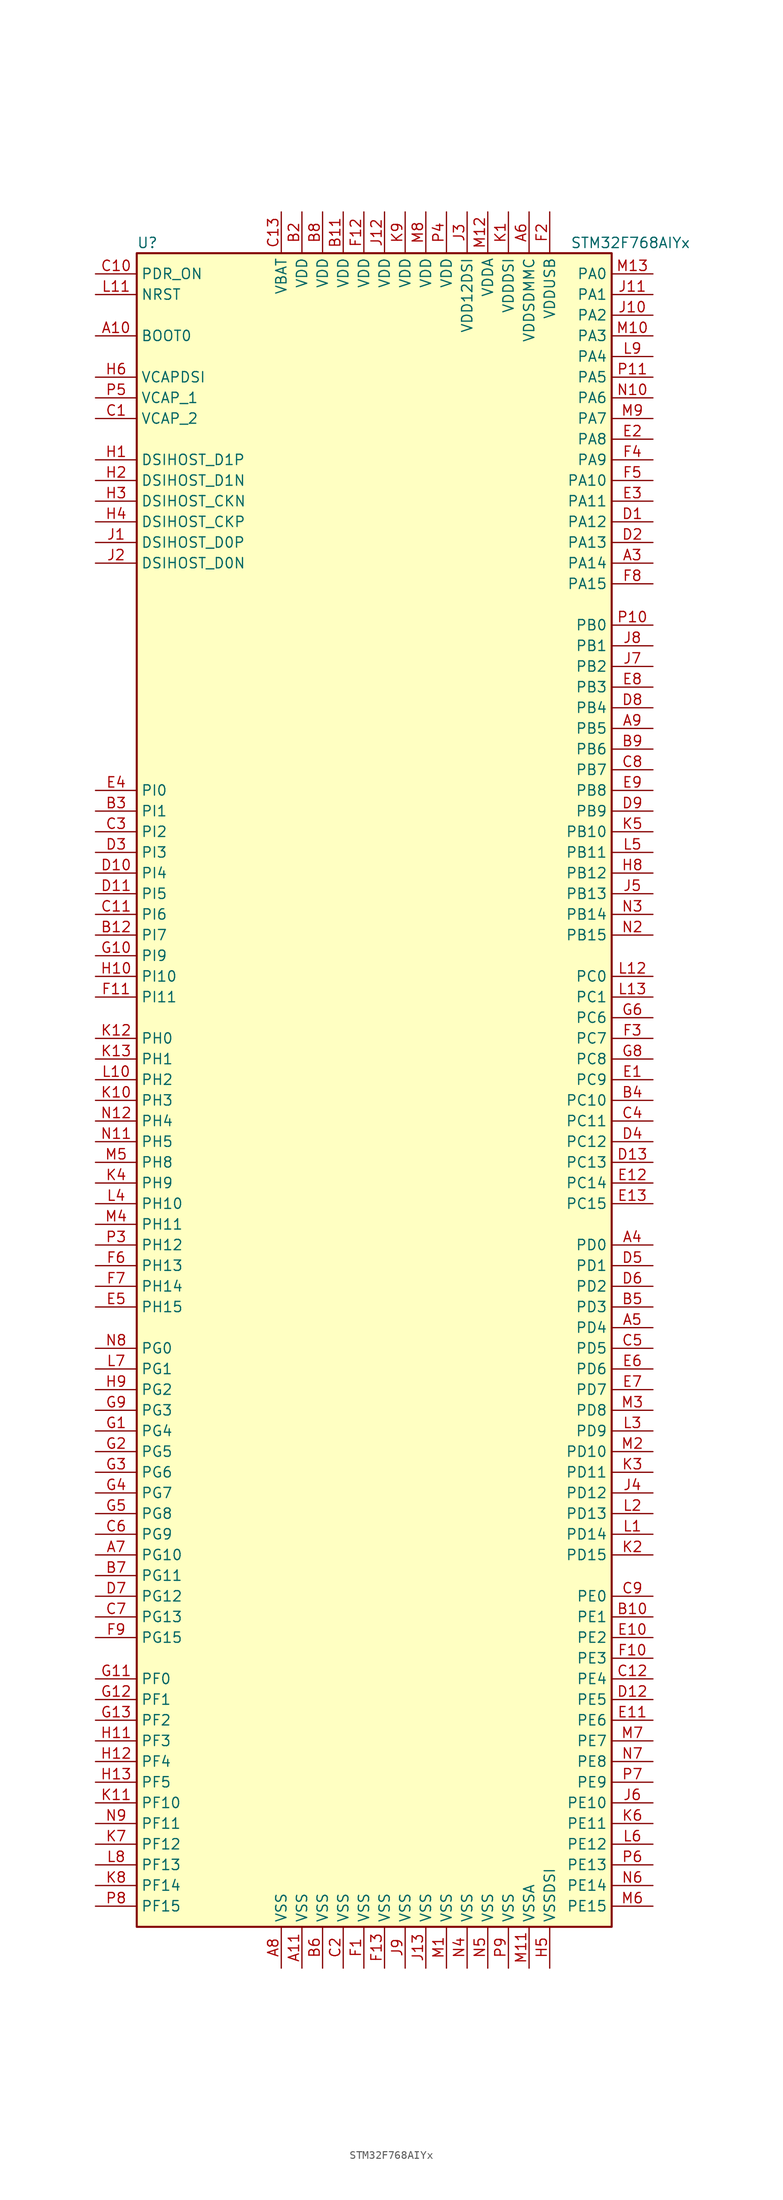
<source format=kicad_sym>
(kicad_symbol_lib
  (version 20201005)
  (generator kicad_symbol_editor)
  (symbol "MCU_ST_STM32F7:STM32F768AIYx"
    (property "Reference" "U"
      (at -30.48 102.87 0)
      (effects (font (size 1.27 1.27)) (justify left)))
    (property "Value" "STM32F768AIYx"
      (at 22.86 102.87 0)
      (effects (font (size 1.27 1.27)) (justify left)))
    (symbol "STM32F768AIYx_0_1"
      (rectangle (start -30.48 -104.14) (end 27.94 101.6) (stroke (width 0.254)) (fill (type background))))
    (symbol "STM32F768AIYx_1_1"
      (pin input line (at -35.56 91.44 0) (length 5.08) (name "BOOT0" (effects (font (size 1.27 1.27)))) (number "A10" (effects (font (size 1.27 1.27)))))
      (pin bidirectional line (at -35.56 71.12 0) (length 5.08) (name "DSIHOST_CKN" (effects (font (size 1.27 1.27)))) (number "H3" (effects (font (size 1.27 1.27)))))
      (pin bidirectional line (at -35.56 68.58 0) (length 5.08) (name "DSIHOST_CKP" (effects (font (size 1.27 1.27)))) (number "H4" (effects (font (size 1.27 1.27)))))
      (pin bidirectional line (at -35.56 63.5 0) (length 5.08) (name "DSIHOST_D0N" (effects (font (size 1.27 1.27)))) (number "J2" (effects (font (size 1.27 1.27)))))
      (pin bidirectional line (at -35.56 66.04 0) (length 5.08) (name "DSIHOST_D0P" (effects (font (size 1.27 1.27)))) (number "J1" (effects (font (size 1.27 1.27)))))
      (pin bidirectional line (at -35.56 73.66 0) (length 5.08) (name "DSIHOST_D1N" (effects (font (size 1.27 1.27)))) (number "H2" (effects (font (size 1.27 1.27)))))
      (pin bidirectional line (at -35.56 76.2 0) (length 5.08) (name "DSIHOST_D1P" (effects (font (size 1.27 1.27)))) (number "H1" (effects (font (size 1.27 1.27)))))
      (pin no_connect line (at -30.48 -101.6 0) (length 5.08) hide (name "NC" (effects (font (size 1.27 1.27)))) (number "A1" (effects (font (size 1.27 1.27)))))
      (pin no_connect line (at -30.48 -96.52 0) (length 5.08) hide (name "NC" (effects (font (size 1.27 1.27)))) (number "A12" (effects (font (size 1.27 1.27)))))
      (pin no_connect line (at -30.48 -93.98 0) (length 5.08) hide (name "NC" (effects (font (size 1.27 1.27)))) (number "A13" (effects (font (size 1.27 1.27)))))
      (pin no_connect line (at -30.48 -99.06 0) (length 5.08) hide (name "NC" (effects (font (size 1.27 1.27)))) (number "A2" (effects (font (size 1.27 1.27)))))
      (pin no_connect line (at -30.48 -91.44 0) (length 5.08) hide (name "NC" (effects (font (size 1.27 1.27)))) (number "B1" (effects (font (size 1.27 1.27)))))
      (pin no_connect line (at -30.48 -88.9 0) (length 5.08) hide (name "NC" (effects (font (size 1.27 1.27)))) (number "B13" (effects (font (size 1.27 1.27)))))
      (pin no_connect line (at -30.48 -86.36 0) (length 5.08) hide (name "NC" (effects (font (size 1.27 1.27)))) (number "N1" (effects (font (size 1.27 1.27)))))
      (pin no_connect line (at -30.48 -83.82 0) (length 5.08) hide (name "NC" (effects (font (size 1.27 1.27)))) (number "N13" (effects (font (size 1.27 1.27)))))
      (pin no_connect line (at -30.48 -81.28 0) (length 5.08) hide (name "NC" (effects (font (size 1.27 1.27)))) (number "P1" (effects (font (size 1.27 1.27)))))
      (pin no_connect line (at -30.48 -76.2 0) (length 5.08) hide (name "NC" (effects (font (size 1.27 1.27)))) (number "P12" (effects (font (size 1.27 1.27)))))
      (pin no_connect line (at -30.48 -73.66 0) (length 5.08) hide (name "NC" (effects (font (size 1.27 1.27)))) (number "P13" (effects (font (size 1.27 1.27)))))
      (pin no_connect line (at -30.48 -78.74 0) (length 5.08) hide (name "NC" (effects (font (size 1.27 1.27)))) (number "P2" (effects (font (size 1.27 1.27)))))
      (pin input line (at -35.56 96.52 0) (length 5.08) (name "NRST" (effects (font (size 1.27 1.27)))) (number "L11" (effects (font (size 1.27 1.27)))))
      (pin bidirectional line (at 33.02 99.06 180) (length 5.08) (name "PA0" (effects (font (size 1.27 1.27)))) (number "M13" (effects (font (size 1.27 1.27)))))
      (pin bidirectional line (at 33.02 96.52 180) (length 5.08) (name "PA1" (effects (font (size 1.27 1.27)))) (number "J11" (effects (font (size 1.27 1.27)))))
      (pin bidirectional line (at 33.02 73.66 180) (length 5.08) (name "PA10" (effects (font (size 1.27 1.27)))) (number "F5" (effects (font (size 1.27 1.27)))))
      (pin bidirectional line (at 33.02 71.12 180) (length 5.08) (name "PA11" (effects (font (size 1.27 1.27)))) (number "E3" (effects (font (size 1.27 1.27)))))
      (pin bidirectional line (at 33.02 68.58 180) (length 5.08) (name "PA12" (effects (font (size 1.27 1.27)))) (number "D1" (effects (font (size 1.27 1.27)))))
      (pin bidirectional line (at 33.02 66.04 180) (length 5.08) (name "PA13" (effects (font (size 1.27 1.27)))) (number "D2" (effects (font (size 1.27 1.27)))))
      (pin bidirectional line (at 33.02 63.5 180) (length 5.08) (name "PA14" (effects (font (size 1.27 1.27)))) (number "A3" (effects (font (size 1.27 1.27)))))
      (pin bidirectional line (at 33.02 60.96 180) (length 5.08) (name "PA15" (effects (font (size 1.27 1.27)))) (number "F8" (effects (font (size 1.27 1.27)))))
      (pin bidirectional line (at 33.02 93.98 180) (length 5.08) (name "PA2" (effects (font (size 1.27 1.27)))) (number "J10" (effects (font (size 1.27 1.27)))))
      (pin bidirectional line (at 33.02 91.44 180) (length 5.08) (name "PA3" (effects (font (size 1.27 1.27)))) (number "M10" (effects (font (size 1.27 1.27)))))
      (pin bidirectional line (at 33.02 88.9 180) (length 5.08) (name "PA4" (effects (font (size 1.27 1.27)))) (number "L9" (effects (font (size 1.27 1.27)))))
      (pin bidirectional line (at 33.02 86.36 180) (length 5.08) (name "PA5" (effects (font (size 1.27 1.27)))) (number "P11" (effects (font (size 1.27 1.27)))))
      (pin bidirectional line (at 33.02 83.82 180) (length 5.08) (name "PA6" (effects (font (size 1.27 1.27)))) (number "N10" (effects (font (size 1.27 1.27)))))
      (pin bidirectional line (at 33.02 81.28 180) (length 5.08) (name "PA7" (effects (font (size 1.27 1.27)))) (number "M9" (effects (font (size 1.27 1.27)))))
      (pin bidirectional line (at 33.02 78.74 180) (length 5.08) (name "PA8" (effects (font (size 1.27 1.27)))) (number "E2" (effects (font (size 1.27 1.27)))))
      (pin bidirectional line (at 33.02 76.2 180) (length 5.08) (name "PA9" (effects (font (size 1.27 1.27)))) (number "F4" (effects (font (size 1.27 1.27)))))
      (pin bidirectional line (at 33.02 55.88 180) (length 5.08) (name "PB0" (effects (font (size 1.27 1.27)))) (number "P10" (effects (font (size 1.27 1.27)))))
      (pin bidirectional line (at 33.02 53.34 180) (length 5.08) (name "PB1" (effects (font (size 1.27 1.27)))) (number "J8" (effects (font (size 1.27 1.27)))))
      (pin bidirectional line (at 33.02 30.48 180) (length 5.08) (name "PB10" (effects (font (size 1.27 1.27)))) (number "K5" (effects (font (size 1.27 1.27)))))
      (pin bidirectional line (at 33.02 27.94 180) (length 5.08) (name "PB11" (effects (font (size 1.27 1.27)))) (number "L5" (effects (font (size 1.27 1.27)))))
      (pin bidirectional line (at 33.02 25.4 180) (length 5.08) (name "PB12" (effects (font (size 1.27 1.27)))) (number "H8" (effects (font (size 1.27 1.27)))))
      (pin bidirectional line (at 33.02 22.86 180) (length 5.08) (name "PB13" (effects (font (size 1.27 1.27)))) (number "J5" (effects (font (size 1.27 1.27)))))
      (pin bidirectional line (at 33.02 20.32 180) (length 5.08) (name "PB14" (effects (font (size 1.27 1.27)))) (number "N3" (effects (font (size 1.27 1.27)))))
      (pin bidirectional line (at 33.02 17.78 180) (length 5.08) (name "PB15" (effects (font (size 1.27 1.27)))) (number "N2" (effects (font (size 1.27 1.27)))))
      (pin bidirectional line (at 33.02 50.8 180) (length 5.08) (name "PB2" (effects (font (size 1.27 1.27)))) (number "J7" (effects (font (size 1.27 1.27)))))
      (pin bidirectional line (at 33.02 48.26 180) (length 5.08) (name "PB3" (effects (font (size 1.27 1.27)))) (number "E8" (effects (font (size 1.27 1.27)))))
      (pin bidirectional line (at 33.02 45.72 180) (length 5.08) (name "PB4" (effects (font (size 1.27 1.27)))) (number "D8" (effects (font (size 1.27 1.27)))))
      (pin bidirectional line (at 33.02 43.18 180) (length 5.08) (name "PB5" (effects (font (size 1.27 1.27)))) (number "A9" (effects (font (size 1.27 1.27)))))
      (pin bidirectional line (at 33.02 40.64 180) (length 5.08) (name "PB6" (effects (font (size 1.27 1.27)))) (number "B9" (effects (font (size 1.27 1.27)))))
      (pin bidirectional line (at 33.02 38.1 180) (length 5.08) (name "PB7" (effects (font (size 1.27 1.27)))) (number "C8" (effects (font (size 1.27 1.27)))))
      (pin bidirectional line (at 33.02 35.56 180) (length 5.08) (name "PB8" (effects (font (size 1.27 1.27)))) (number "E9" (effects (font (size 1.27 1.27)))))
      (pin bidirectional line (at 33.02 33.02 180) (length 5.08) (name "PB9" (effects (font (size 1.27 1.27)))) (number "D9" (effects (font (size 1.27 1.27)))))
      (pin bidirectional line (at 33.02 12.7 180) (length 5.08) (name "PC0" (effects (font (size 1.27 1.27)))) (number "L12" (effects (font (size 1.27 1.27)))))
      (pin bidirectional line (at 33.02 10.16 180) (length 5.08) (name "PC1" (effects (font (size 1.27 1.27)))) (number "L13" (effects (font (size 1.27 1.27)))))
      (pin bidirectional line (at 33.02 -2.54 180) (length 5.08) (name "PC10" (effects (font (size 1.27 1.27)))) (number "B4" (effects (font (size 1.27 1.27)))))
      (pin bidirectional line (at 33.02 -5.08 180) (length 5.08) (name "PC11" (effects (font (size 1.27 1.27)))) (number "C4" (effects (font (size 1.27 1.27)))))
      (pin bidirectional line (at 33.02 -7.62 180) (length 5.08) (name "PC12" (effects (font (size 1.27 1.27)))) (number "D4" (effects (font (size 1.27 1.27)))))
      (pin bidirectional line (at 33.02 -10.16 180) (length 5.08) (name "PC13" (effects (font (size 1.27 1.27)))) (number "D13" (effects (font (size 1.27 1.27)))))
      (pin bidirectional line (at 33.02 -12.7 180) (length 5.08) (name "PC14" (effects (font (size 1.27 1.27)))) (number "E12" (effects (font (size 1.27 1.27)))))
      (pin bidirectional line (at 33.02 -15.24 180) (length 5.08) (name "PC15" (effects (font (size 1.27 1.27)))) (number "E13" (effects (font (size 1.27 1.27)))))
      (pin bidirectional line (at 33.02 7.62 180) (length 5.08) (name "PC6" (effects (font (size 1.27 1.27)))) (number "G6" (effects (font (size 1.27 1.27)))))
      (pin bidirectional line (at 33.02 5.08 180) (length 5.08) (name "PC7" (effects (font (size 1.27 1.27)))) (number "F3" (effects (font (size 1.27 1.27)))))
      (pin bidirectional line (at 33.02 2.54 180) (length 5.08) (name "PC8" (effects (font (size 1.27 1.27)))) (number "G8" (effects (font (size 1.27 1.27)))))
      (pin bidirectional line (at 33.02 0 180) (length 5.08) (name "PC9" (effects (font (size 1.27 1.27)))) (number "E1" (effects (font (size 1.27 1.27)))))
      (pin bidirectional line (at 33.02 -20.32 180) (length 5.08) (name "PD0" (effects (font (size 1.27 1.27)))) (number "A4" (effects (font (size 1.27 1.27)))))
      (pin bidirectional line (at 33.02 -22.86 180) (length 5.08) (name "PD1" (effects (font (size 1.27 1.27)))) (number "D5" (effects (font (size 1.27 1.27)))))
      (pin bidirectional line (at 33.02 -45.72 180) (length 5.08) (name "PD10" (effects (font (size 1.27 1.27)))) (number "M2" (effects (font (size 1.27 1.27)))))
      (pin bidirectional line (at 33.02 -48.26 180) (length 5.08) (name "PD11" (effects (font (size 1.27 1.27)))) (number "K3" (effects (font (size 1.27 1.27)))))
      (pin bidirectional line (at 33.02 -50.8 180) (length 5.08) (name "PD12" (effects (font (size 1.27 1.27)))) (number "J4" (effects (font (size 1.27 1.27)))))
      (pin bidirectional line (at 33.02 -53.34 180) (length 5.08) (name "PD13" (effects (font (size 1.27 1.27)))) (number "L2" (effects (font (size 1.27 1.27)))))
      (pin bidirectional line (at 33.02 -55.88 180) (length 5.08) (name "PD14" (effects (font (size 1.27 1.27)))) (number "L1" (effects (font (size 1.27 1.27)))))
      (pin bidirectional line (at 33.02 -58.42 180) (length 5.08) (name "PD15" (effects (font (size 1.27 1.27)))) (number "K2" (effects (font (size 1.27 1.27)))))
      (pin bidirectional line (at 33.02 -25.4 180) (length 5.08) (name "PD2" (effects (font (size 1.27 1.27)))) (number "D6" (effects (font (size 1.27 1.27)))))
      (pin bidirectional line (at 33.02 -27.94 180) (length 5.08) (name "PD3" (effects (font (size 1.27 1.27)))) (number "B5" (effects (font (size 1.27 1.27)))))
      (pin bidirectional line (at 33.02 -30.48 180) (length 5.08) (name "PD4" (effects (font (size 1.27 1.27)))) (number "A5" (effects (font (size 1.27 1.27)))))
      (pin bidirectional line (at 33.02 -33.02 180) (length 5.08) (name "PD5" (effects (font (size 1.27 1.27)))) (number "C5" (effects (font (size 1.27 1.27)))))
      (pin bidirectional line (at 33.02 -35.56 180) (length 5.08) (name "PD6" (effects (font (size 1.27 1.27)))) (number "E6" (effects (font (size 1.27 1.27)))))
      (pin bidirectional line (at 33.02 -38.1 180) (length 5.08) (name "PD7" (effects (font (size 1.27 1.27)))) (number "E7" (effects (font (size 1.27 1.27)))))
      (pin bidirectional line (at 33.02 -40.64 180) (length 5.08) (name "PD8" (effects (font (size 1.27 1.27)))) (number "M3" (effects (font (size 1.27 1.27)))))
      (pin bidirectional line (at 33.02 -43.18 180) (length 5.08) (name "PD9" (effects (font (size 1.27 1.27)))) (number "L3" (effects (font (size 1.27 1.27)))))
      (pin input line (at -35.56 99.06 0) (length 5.08) (name "PDR_ON" (effects (font (size 1.27 1.27)))) (number "C10" (effects (font (size 1.27 1.27)))))
      (pin bidirectional line (at 33.02 -63.5 180) (length 5.08) (name "PE0" (effects (font (size 1.27 1.27)))) (number "C9" (effects (font (size 1.27 1.27)))))
      (pin bidirectional line (at 33.02 -66.04 180) (length 5.08) (name "PE1" (effects (font (size 1.27 1.27)))) (number "B10" (effects (font (size 1.27 1.27)))))
      (pin bidirectional line (at 33.02 -88.9 180) (length 5.08) (name "PE10" (effects (font (size 1.27 1.27)))) (number "J6" (effects (font (size 1.27 1.27)))))
      (pin bidirectional line (at 33.02 -91.44 180) (length 5.08) (name "PE11" (effects (font (size 1.27 1.27)))) (number "K6" (effects (font (size 1.27 1.27)))))
      (pin bidirectional line (at 33.02 -93.98 180) (length 5.08) (name "PE12" (effects (font (size 1.27 1.27)))) (number "L6" (effects (font (size 1.27 1.27)))))
      (pin bidirectional line (at 33.02 -96.52 180) (length 5.08) (name "PE13" (effects (font (size 1.27 1.27)))) (number "P6" (effects (font (size 1.27 1.27)))))
      (pin bidirectional line (at 33.02 -99.06 180) (length 5.08) (name "PE14" (effects (font (size 1.27 1.27)))) (number "N6" (effects (font (size 1.27 1.27)))))
      (pin bidirectional line (at 33.02 -101.6 180) (length 5.08) (name "PE15" (effects (font (size 1.27 1.27)))) (number "M6" (effects (font (size 1.27 1.27)))))
      (pin bidirectional line (at 33.02 -68.58 180) (length 5.08) (name "PE2" (effects (font (size 1.27 1.27)))) (number "E10" (effects (font (size 1.27 1.27)))))
      (pin bidirectional line (at 33.02 -71.12 180) (length 5.08) (name "PE3" (effects (font (size 1.27 1.27)))) (number "F10" (effects (font (size 1.27 1.27)))))
      (pin bidirectional line (at 33.02 -73.66 180) (length 5.08) (name "PE4" (effects (font (size 1.27 1.27)))) (number "C12" (effects (font (size 1.27 1.27)))))
      (pin bidirectional line (at 33.02 -76.2 180) (length 5.08) (name "PE5" (effects (font (size 1.27 1.27)))) (number "D12" (effects (font (size 1.27 1.27)))))
      (pin bidirectional line (at 33.02 -78.74 180) (length 5.08) (name "PE6" (effects (font (size 1.27 1.27)))) (number "E11" (effects (font (size 1.27 1.27)))))
      (pin bidirectional line (at 33.02 -81.28 180) (length 5.08) (name "PE7" (effects (font (size 1.27 1.27)))) (number "M7" (effects (font (size 1.27 1.27)))))
      (pin bidirectional line (at 33.02 -83.82 180) (length 5.08) (name "PE8" (effects (font (size 1.27 1.27)))) (number "N7" (effects (font (size 1.27 1.27)))))
      (pin bidirectional line (at 33.02 -86.36 180) (length 5.08) (name "PE9" (effects (font (size 1.27 1.27)))) (number "P7" (effects (font (size 1.27 1.27)))))
      (pin bidirectional line (at -35.56 -73.66 0) (length 5.08) (name "PF0" (effects (font (size 1.27 1.27)))) (number "G11" (effects (font (size 1.27 1.27)))))
      (pin bidirectional line (at -35.56 -76.2 0) (length 5.08) (name "PF1" (effects (font (size 1.27 1.27)))) (number "G12" (effects (font (size 1.27 1.27)))))
      (pin bidirectional line (at -35.56 -88.9 0) (length 5.08) (name "PF10" (effects (font (size 1.27 1.27)))) (number "K11" (effects (font (size 1.27 1.27)))))
      (pin bidirectional line (at -35.56 -91.44 0) (length 5.08) (name "PF11" (effects (font (size 1.27 1.27)))) (number "N9" (effects (font (size 1.27 1.27)))))
      (pin bidirectional line (at -35.56 -93.98 0) (length 5.08) (name "PF12" (effects (font (size 1.27 1.27)))) (number "K7" (effects (font (size 1.27 1.27)))))
      (pin bidirectional line (at -35.56 -96.52 0) (length 5.08) (name "PF13" (effects (font (size 1.27 1.27)))) (number "L8" (effects (font (size 1.27 1.27)))))
      (pin bidirectional line (at -35.56 -99.06 0) (length 5.08) (name "PF14" (effects (font (size 1.27 1.27)))) (number "K8" (effects (font (size 1.27 1.27)))))
      (pin bidirectional line (at -35.56 -101.6 0) (length 5.08) (name "PF15" (effects (font (size 1.27 1.27)))) (number "P8" (effects (font (size 1.27 1.27)))))
      (pin bidirectional line (at -35.56 -78.74 0) (length 5.08) (name "PF2" (effects (font (size 1.27 1.27)))) (number "G13" (effects (font (size 1.27 1.27)))))
      (pin bidirectional line (at -35.56 -81.28 0) (length 5.08) (name "PF3" (effects (font (size 1.27 1.27)))) (number "H11" (effects (font (size 1.27 1.27)))))
      (pin bidirectional line (at -35.56 -83.82 0) (length 5.08) (name "PF4" (effects (font (size 1.27 1.27)))) (number "H12" (effects (font (size 1.27 1.27)))))
      (pin bidirectional line (at -35.56 -86.36 0) (length 5.08) (name "PF5" (effects (font (size 1.27 1.27)))) (number "H13" (effects (font (size 1.27 1.27)))))
      (pin bidirectional line (at -35.56 -33.02 0) (length 5.08) (name "PG0" (effects (font (size 1.27 1.27)))) (number "N8" (effects (font (size 1.27 1.27)))))
      (pin bidirectional line (at -35.56 -35.56 0) (length 5.08) (name "PG1" (effects (font (size 1.27 1.27)))) (number "L7" (effects (font (size 1.27 1.27)))))
      (pin bidirectional line (at -35.56 -58.42 0) (length 5.08) (name "PG10" (effects (font (size 1.27 1.27)))) (number "A7" (effects (font (size 1.27 1.27)))))
      (pin bidirectional line (at -35.56 -60.96 0) (length 5.08) (name "PG11" (effects (font (size 1.27 1.27)))) (number "B7" (effects (font (size 1.27 1.27)))))
      (pin bidirectional line (at -35.56 -63.5 0) (length 5.08) (name "PG12" (effects (font (size 1.27 1.27)))) (number "D7" (effects (font (size 1.27 1.27)))))
      (pin bidirectional line (at -35.56 -66.04 0) (length 5.08) (name "PG13" (effects (font (size 1.27 1.27)))) (number "C7" (effects (font (size 1.27 1.27)))))
      (pin bidirectional line (at -35.56 -68.58 0) (length 5.08) (name "PG15" (effects (font (size 1.27 1.27)))) (number "F9" (effects (font (size 1.27 1.27)))))
      (pin bidirectional line (at -35.56 -38.1 0) (length 5.08) (name "PG2" (effects (font (size 1.27 1.27)))) (number "H9" (effects (font (size 1.27 1.27)))))
      (pin bidirectional line (at -35.56 -40.64 0) (length 5.08) (name "PG3" (effects (font (size 1.27 1.27)))) (number "G9" (effects (font (size 1.27 1.27)))))
      (pin bidirectional line (at -35.56 -43.18 0) (length 5.08) (name "PG4" (effects (font (size 1.27 1.27)))) (number "G1" (effects (font (size 1.27 1.27)))))
      (pin bidirectional line (at -35.56 -45.72 0) (length 5.08) (name "PG5" (effects (font (size 1.27 1.27)))) (number "G2" (effects (font (size 1.27 1.27)))))
      (pin bidirectional line (at -35.56 -48.26 0) (length 5.08) (name "PG6" (effects (font (size 1.27 1.27)))) (number "G3" (effects (font (size 1.27 1.27)))))
      (pin bidirectional line (at -35.56 -50.8 0) (length 5.08) (name "PG7" (effects (font (size 1.27 1.27)))) (number "G4" (effects (font (size 1.27 1.27)))))
      (pin bidirectional line (at -35.56 -53.34 0) (length 5.08) (name "PG8" (effects (font (size 1.27 1.27)))) (number "G5" (effects (font (size 1.27 1.27)))))
      (pin bidirectional line (at -35.56 -55.88 0) (length 5.08) (name "PG9" (effects (font (size 1.27 1.27)))) (number "C6" (effects (font (size 1.27 1.27)))))
      (pin input line (at -35.56 5.08 0) (length 5.08) (name "PH0" (effects (font (size 1.27 1.27)))) (number "K12" (effects (font (size 1.27 1.27)))))
      (pin input line (at -35.56 2.54 0) (length 5.08) (name "PH1" (effects (font (size 1.27 1.27)))) (number "K13" (effects (font (size 1.27 1.27)))))
      (pin bidirectional line (at -35.56 -15.24 0) (length 5.08) (name "PH10" (effects (font (size 1.27 1.27)))) (number "L4" (effects (font (size 1.27 1.27)))))
      (pin bidirectional line (at -35.56 -17.78 0) (length 5.08) (name "PH11" (effects (font (size 1.27 1.27)))) (number "M4" (effects (font (size 1.27 1.27)))))
      (pin bidirectional line (at -35.56 -20.32 0) (length 5.08) (name "PH12" (effects (font (size 1.27 1.27)))) (number "P3" (effects (font (size 1.27 1.27)))))
      (pin bidirectional line (at -35.56 -22.86 0) (length 5.08) (name "PH13" (effects (font (size 1.27 1.27)))) (number "F6" (effects (font (size 1.27 1.27)))))
      (pin bidirectional line (at -35.56 -25.4 0) (length 5.08) (name "PH14" (effects (font (size 1.27 1.27)))) (number "F7" (effects (font (size 1.27 1.27)))))
      (pin bidirectional line (at -35.56 -27.94 0) (length 5.08) (name "PH15" (effects (font (size 1.27 1.27)))) (number "E5" (effects (font (size 1.27 1.27)))))
      (pin bidirectional line (at -35.56 0 0) (length 5.08) (name "PH2" (effects (font (size 1.27 1.27)))) (number "L10" (effects (font (size 1.27 1.27)))))
      (pin bidirectional line (at -35.56 -2.54 0) (length 5.08) (name "PH3" (effects (font (size 1.27 1.27)))) (number "K10" (effects (font (size 1.27 1.27)))))
      (pin bidirectional line (at -35.56 -5.08 0) (length 5.08) (name "PH4" (effects (font (size 1.27 1.27)))) (number "N12" (effects (font (size 1.27 1.27)))))
      (pin bidirectional line (at -35.56 -7.62 0) (length 5.08) (name "PH5" (effects (font (size 1.27 1.27)))) (number "N11" (effects (font (size 1.27 1.27)))))
      (pin bidirectional line (at -35.56 -10.16 0) (length 5.08) (name "PH8" (effects (font (size 1.27 1.27)))) (number "M5" (effects (font (size 1.27 1.27)))))
      (pin bidirectional line (at -35.56 -12.7 0) (length 5.08) (name "PH9" (effects (font (size 1.27 1.27)))) (number "K4" (effects (font (size 1.27 1.27)))))
      (pin bidirectional line (at -35.56 35.56 0) (length 5.08) (name "PI0" (effects (font (size 1.27 1.27)))) (number "E4" (effects (font (size 1.27 1.27)))))
      (pin bidirectional line (at -35.56 33.02 0) (length 5.08) (name "PI1" (effects (font (size 1.27 1.27)))) (number "B3" (effects (font (size 1.27 1.27)))))
      (pin bidirectional line (at -35.56 12.7 0) (length 5.08) (name "PI10" (effects (font (size 1.27 1.27)))) (number "H10" (effects (font (size 1.27 1.27)))))
      (pin bidirectional line (at -35.56 10.16 0) (length 5.08) (name "PI11" (effects (font (size 1.27 1.27)))) (number "F11" (effects (font (size 1.27 1.27)))))
      (pin bidirectional line (at -35.56 30.48 0) (length 5.08) (name "PI2" (effects (font (size 1.27 1.27)))) (number "C3" (effects (font (size 1.27 1.27)))))
      (pin bidirectional line (at -35.56 27.94 0) (length 5.08) (name "PI3" (effects (font (size 1.27 1.27)))) (number "D3" (effects (font (size 1.27 1.27)))))
      (pin bidirectional line (at -35.56 25.4 0) (length 5.08) (name "PI4" (effects (font (size 1.27 1.27)))) (number "D10" (effects (font (size 1.27 1.27)))))
      (pin bidirectional line (at -35.56 22.86 0) (length 5.08) (name "PI5" (effects (font (size 1.27 1.27)))) (number "D11" (effects (font (size 1.27 1.27)))))
      (pin bidirectional line (at -35.56 20.32 0) (length 5.08) (name "PI6" (effects (font (size 1.27 1.27)))) (number "C11" (effects (font (size 1.27 1.27)))))
      (pin bidirectional line (at -35.56 17.78 0) (length 5.08) (name "PI7" (effects (font (size 1.27 1.27)))) (number "B12" (effects (font (size 1.27 1.27)))))
      (pin bidirectional line (at -35.56 15.24 0) (length 5.08) (name "PI9" (effects (font (size 1.27 1.27)))) (number "G10" (effects (font (size 1.27 1.27)))))
      (pin power_in line (at -12.7 106.68 270) (length 5.08) (name "VBAT" (effects (font (size 1.27 1.27)))) (number "C13" (effects (font (size 1.27 1.27)))))
      (pin power_in line (at -35.56 86.36 0) (length 5.08) (name "VCAPDSI" (effects (font (size 1.27 1.27)))) (number "H6" (effects (font (size 1.27 1.27)))))
      (pin power_in line (at -35.56 83.82 0) (length 5.08) (name "VCAP_1" (effects (font (size 1.27 1.27)))) (number "P5" (effects (font (size 1.27 1.27)))))
      (pin power_in line (at -35.56 81.28 0) (length 5.08) (name "VCAP_2" (effects (font (size 1.27 1.27)))) (number "C1" (effects (font (size 1.27 1.27)))))
      (pin power_in line (at -5.08 106.68 270) (length 5.08) (name "VDD" (effects (font (size 1.27 1.27)))) (number "B11" (effects (font (size 1.27 1.27)))))
      (pin power_in line (at -10.16 106.68 270) (length 5.08) (name "VDD" (effects (font (size 1.27 1.27)))) (number "B2" (effects (font (size 1.27 1.27)))))
      (pin power_in line (at -7.62 106.68 270) (length 5.08) (name "VDD" (effects (font (size 1.27 1.27)))) (number "B8" (effects (font (size 1.27 1.27)))))
      (pin power_in line (at -2.54 106.68 270) (length 5.08) (name "VDD" (effects (font (size 1.27 1.27)))) (number "F12" (effects (font (size 1.27 1.27)))))
      (pin power_in line (at 0 106.68 270) (length 5.08) (name "VDD" (effects (font (size 1.27 1.27)))) (number "J12" (effects (font (size 1.27 1.27)))))
      (pin power_in line (at 2.54 106.68 270) (length 5.08) (name "VDD" (effects (font (size 1.27 1.27)))) (number "K9" (effects (font (size 1.27 1.27)))))
      (pin power_in line (at 5.08 106.68 270) (length 5.08) (name "VDD" (effects (font (size 1.27 1.27)))) (number "M8" (effects (font (size 1.27 1.27)))))
      (pin power_in line (at 7.62 106.68 270) (length 5.08) (name "VDD" (effects (font (size 1.27 1.27)))) (number "P4" (effects (font (size 1.27 1.27)))))
      (pin power_in line (at 10.16 106.68 270) (length 5.08) (name "VDD12DSI" (effects (font (size 1.27 1.27)))) (number "J3" (effects (font (size 1.27 1.27)))))
      (pin power_in line (at 12.7 106.68 270) (length 5.08) (name "VDDA" (effects (font (size 1.27 1.27)))) (number "M12" (effects (font (size 1.27 1.27)))))
      (pin power_in line (at 15.24 106.68 270) (length 5.08) (name "VDDDSI" (effects (font (size 1.27 1.27)))) (number "K1" (effects (font (size 1.27 1.27)))))
      (pin power_in line (at 17.78 106.68 270) (length 5.08) (name "VDDSDMMC" (effects (font (size 1.27 1.27)))) (number "A6" (effects (font (size 1.27 1.27)))))
      (pin power_in line (at 20.32 106.68 270) (length 5.08) (name "VDDUSB" (effects (font (size 1.27 1.27)))) (number "F2" (effects (font (size 1.27 1.27)))))
      (pin power_in line (at -10.16 -109.22 90) (length 5.08) (name "VSS" (effects (font (size 1.27 1.27)))) (number "A11" (effects (font (size 1.27 1.27)))))
      (pin power_in line (at -12.7 -109.22 90) (length 5.08) (name "VSS" (effects (font (size 1.27 1.27)))) (number "A8" (effects (font (size 1.27 1.27)))))
      (pin power_in line (at -7.62 -109.22 90) (length 5.08) (name "VSS" (effects (font (size 1.27 1.27)))) (number "B6" (effects (font (size 1.27 1.27)))))
      (pin power_in line (at -5.08 -109.22 90) (length 5.08) (name "VSS" (effects (font (size 1.27 1.27)))) (number "C2" (effects (font (size 1.27 1.27)))))
      (pin power_in line (at -2.54 -109.22 90) (length 5.08) (name "VSS" (effects (font (size 1.27 1.27)))) (number "F1" (effects (font (size 1.27 1.27)))))
      (pin power_in line (at 0 -109.22 90) (length 5.08) (name "VSS" (effects (font (size 1.27 1.27)))) (number "F13" (effects (font (size 1.27 1.27)))))
      (pin power_in line (at 5.08 -109.22 90) (length 5.08) (name "VSS" (effects (font (size 1.27 1.27)))) (number "J13" (effects (font (size 1.27 1.27)))))
      (pin power_in line (at 2.54 -109.22 90) (length 5.08) (name "VSS" (effects (font (size 1.27 1.27)))) (number "J9" (effects (font (size 1.27 1.27)))))
      (pin power_in line (at 7.62 -109.22 90) (length 5.08) (name "VSS" (effects (font (size 1.27 1.27)))) (number "M1" (effects (font (size 1.27 1.27)))))
      (pin power_in line (at 10.16 -109.22 90) (length 5.08) (name "VSS" (effects (font (size 1.27 1.27)))) (number "N4" (effects (font (size 1.27 1.27)))))
      (pin power_in line (at 12.7 -109.22 90) (length 5.08) (name "VSS" (effects (font (size 1.27 1.27)))) (number "N5" (effects (font (size 1.27 1.27)))))
      (pin power_in line (at 15.24 -109.22 90) (length 5.08) (name "VSS" (effects (font (size 1.27 1.27)))) (number "P9" (effects (font (size 1.27 1.27)))))
      (pin power_in line (at 17.78 -109.22 90) (length 5.08) (name "VSSA" (effects (font (size 1.27 1.27)))) (number "M11" (effects (font (size 1.27 1.27)))))
      (pin power_in line (at 20.32 -109.22 90) (length 5.08) (name "VSSDSI" (effects (font (size 1.27 1.27)))) (number "H5" (effects (font (size 1.27 1.27))))))))
</source>
